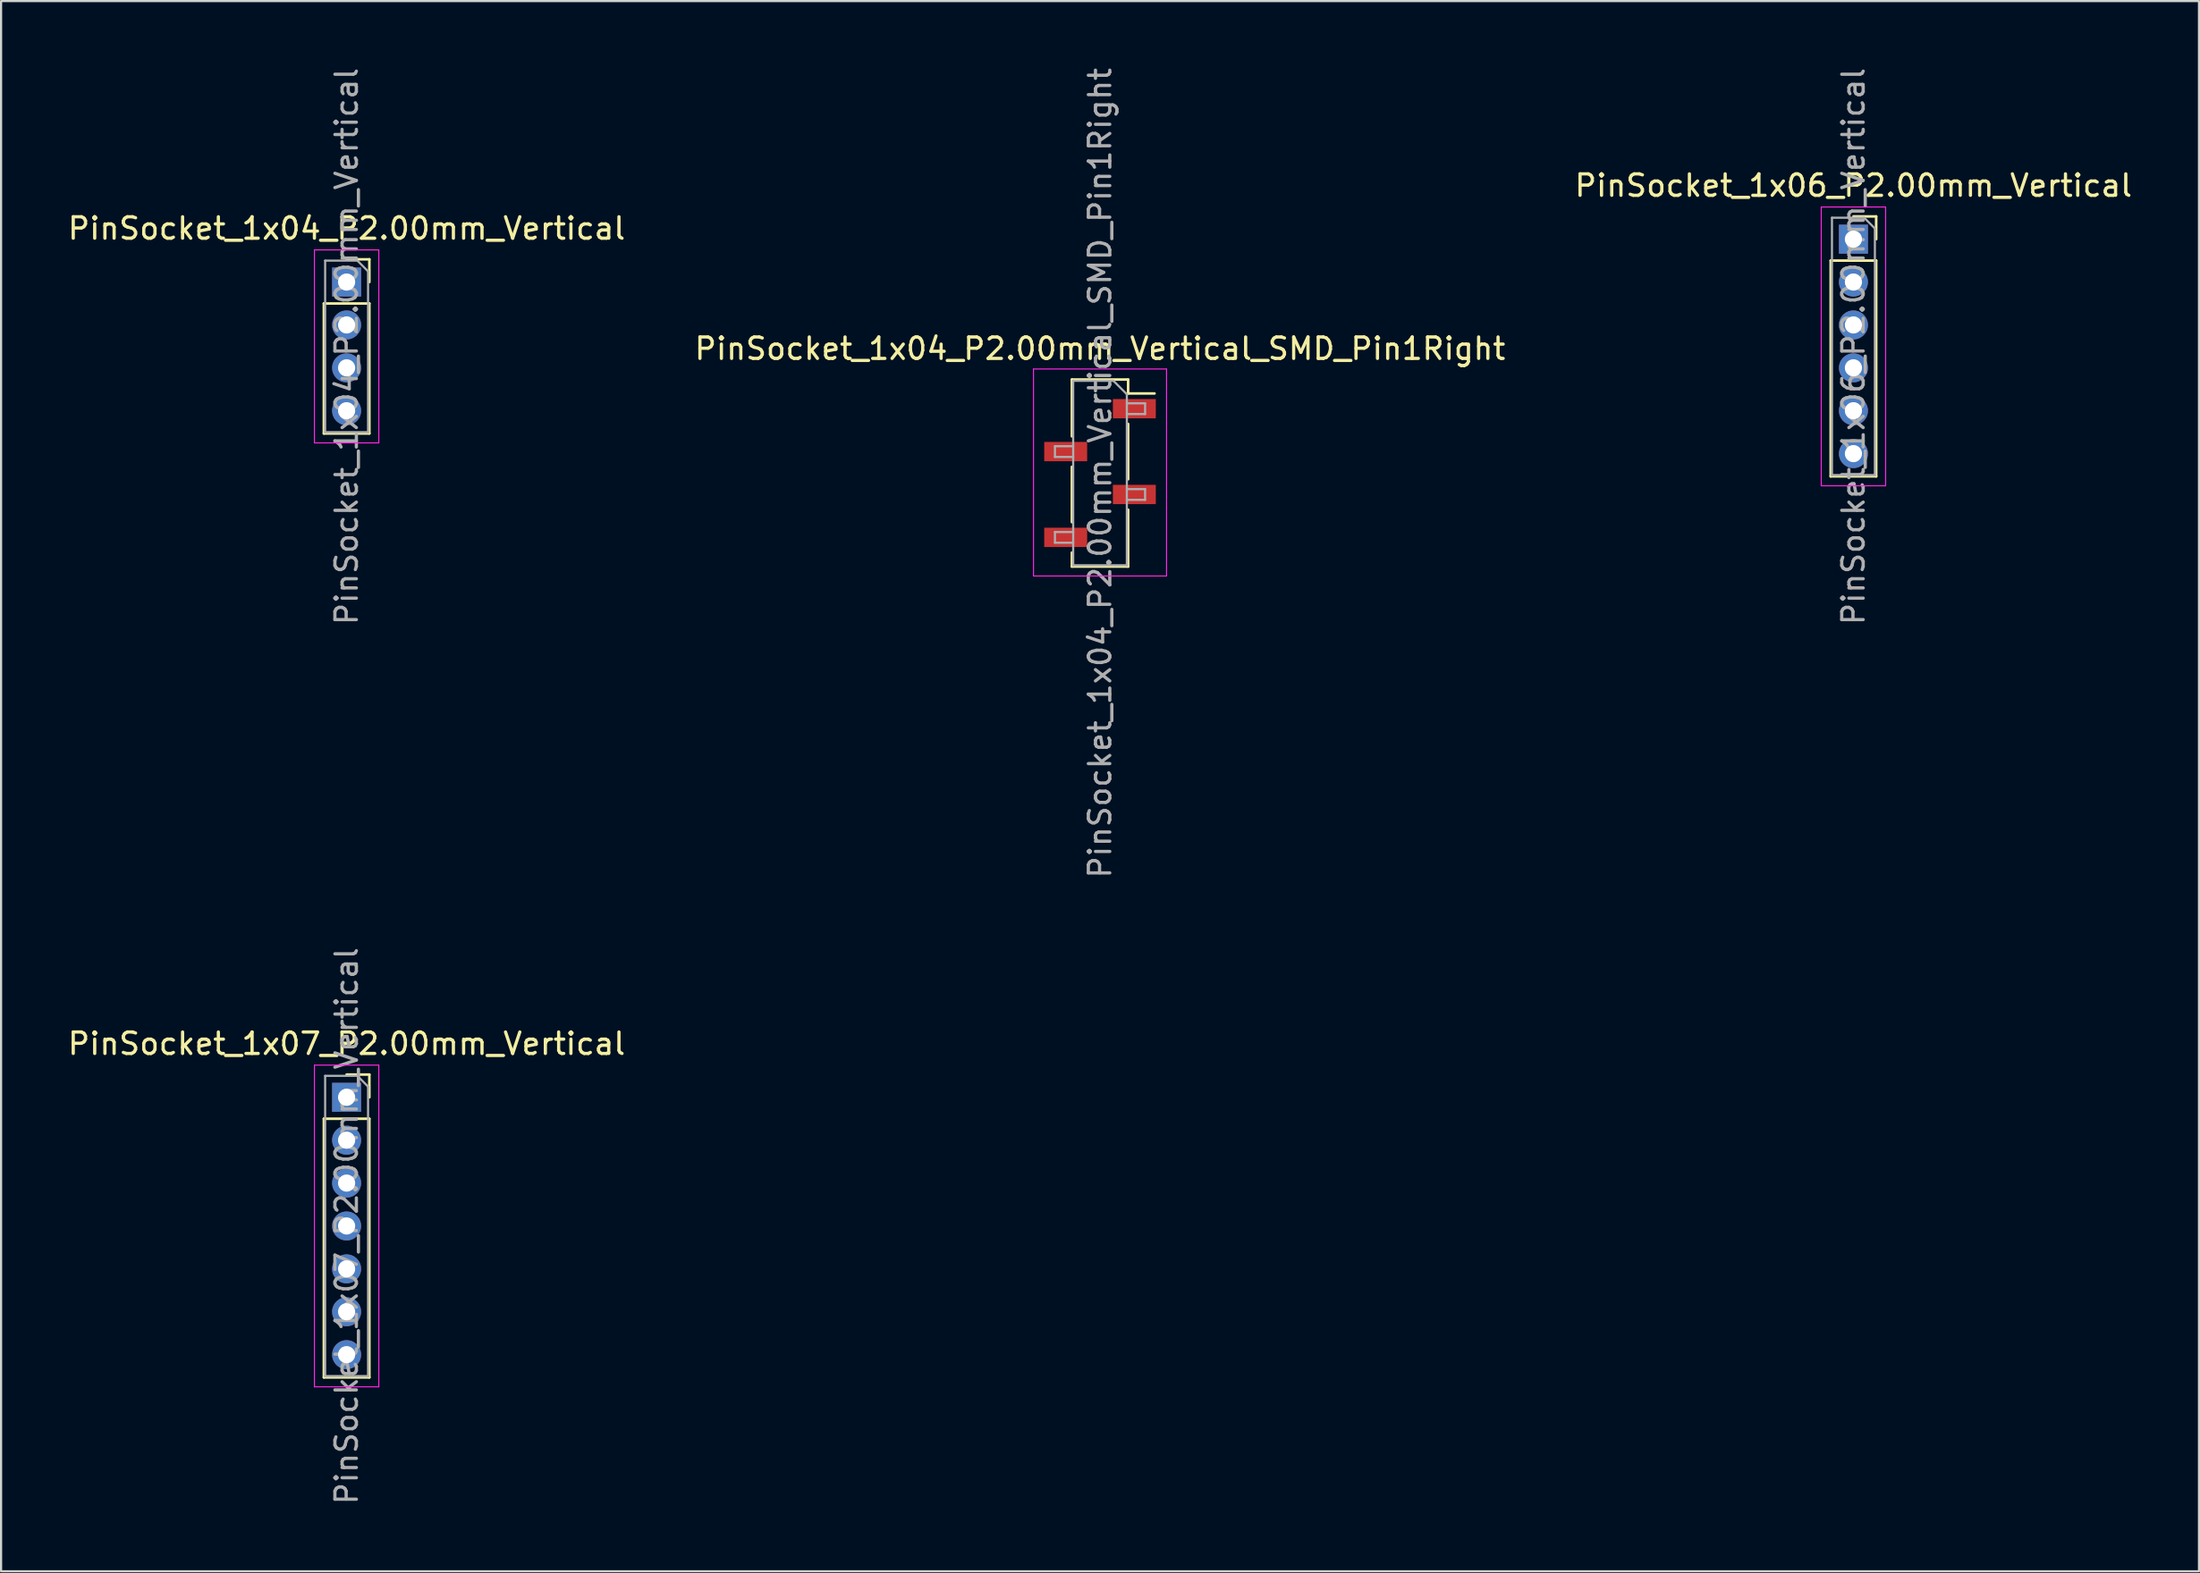
<source format=kicad_pcb>
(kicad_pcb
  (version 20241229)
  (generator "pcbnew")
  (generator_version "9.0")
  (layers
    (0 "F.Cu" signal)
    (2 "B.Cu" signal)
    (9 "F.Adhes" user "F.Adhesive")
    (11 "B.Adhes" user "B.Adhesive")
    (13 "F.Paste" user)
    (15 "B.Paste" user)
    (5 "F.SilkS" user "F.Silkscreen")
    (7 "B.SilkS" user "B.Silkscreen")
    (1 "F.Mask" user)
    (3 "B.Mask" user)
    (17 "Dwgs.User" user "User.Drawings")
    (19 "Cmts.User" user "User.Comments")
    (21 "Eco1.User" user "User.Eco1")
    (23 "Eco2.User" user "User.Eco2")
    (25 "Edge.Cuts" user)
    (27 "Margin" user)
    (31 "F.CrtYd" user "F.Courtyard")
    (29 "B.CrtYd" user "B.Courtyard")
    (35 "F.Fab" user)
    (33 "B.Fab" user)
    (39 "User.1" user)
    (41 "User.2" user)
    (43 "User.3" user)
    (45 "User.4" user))
  (footprint "PinSocket_1x07_P2.00mm_Vertical"
    (layer "F.Cu")
    (at 13.101 48.113)
    (property "Reference" "PinSocket_1x07_P2.00mm_Vertical" (at 0 -2.5 0) (layer "F.SilkS") (effects (font (size 1 1) (thickness 0.15))))
    (attr through_hole)
    (fp_line (start -1.06 1) (end -1.06 13.06) (stroke (width 0.12) (type solid)) (layer "F.SilkS"))
    (fp_line (start -1.06 1) (end 1.06 1) (stroke (width 0.12) (type solid)) (layer "F.SilkS"))
    (fp_line (start -1.06 13.06) (end 1.06 13.06) (stroke (width 0.12) (type solid)) (layer "F.SilkS"))
    (fp_line (start 0 -1.06) (end 1.06 -1.06) (stroke (width 0.12) (type solid)) (layer "F.SilkS"))
    (fp_line (start 1.06 -1.06) (end 1.06 0) (stroke (width 0.12) (type solid)) (layer "F.SilkS"))
    (fp_line (start 1.06 1) (end 1.06 13.06) (stroke (width 0.12) (type solid)) (layer "F.SilkS"))
    (fp_line (start -1.5 -1.5) (end 1.5 -1.5) (stroke (width 0.05) (type solid)) (layer "F.CrtYd"))
    (fp_line (start -1.5 13.5) (end -1.5 -1.5) (stroke (width 0.05) (type solid)) (layer "F.CrtYd"))
    (fp_line (start 1.5 -1.5) (end 1.5 13.5) (stroke (width 0.05) (type solid)) (layer "F.CrtYd"))
    (fp_line (start 1.5 13.5) (end -1.5 13.5) (stroke (width 0.05) (type solid)) (layer "F.CrtYd"))
    (fp_line (start -1 -1) (end 0.5 -1) (stroke (width 0.1) (type solid)) (layer "F.Fab"))
    (fp_line (start -1 13) (end -1 -1) (stroke (width 0.1) (type solid)) (layer "F.Fab"))
    (fp_line (start 0.5 -1) (end 1 -0.5) (stroke (width 0.1) (type solid)) (layer "F.Fab"))
    (fp_line (start 1 -0.5) (end 1 13) (stroke (width 0.1) (type solid)) (layer "F.Fab"))
    (fp_line (start 1 13) (end -1 13) (stroke (width 0.1) (type solid)) (layer "F.Fab"))
    (fp_text user "${REFERENCE}" (at 0 6 90) (layer "F.Fab") (effects (font (size 1 1) (thickness 0.15))))
    (pad "1" thru_hole rect (at 0 0) (size 1.35 1.35) (drill 0.8) (layers "*.Cu" "*.Mask"))
    (pad "2" thru_hole circle (at 0 2) (size 1.35 1.35) (drill 0.8) (layers "*.Cu" "*.Mask"))
    (pad "3" thru_hole circle (at 0 4) (size 1.35 1.35) (drill 0.8) (layers "*.Cu" "*.Mask"))
    (pad "4" thru_hole circle (at 0 6) (size 1.35 1.35) (drill 0.8) (layers "*.Cu" "*.Mask"))
    (pad "5" thru_hole circle (at 0 8) (size 1.35 1.35) (drill 0.8) (layers "*.Cu" "*.Mask"))
    (pad "6" thru_hole circle (at 0 10) (size 1.35 1.35) (drill 0.8) (layers "*.Cu" "*.Mask"))
    (pad "7" thru_hole circle (at 0 12) (size 1.35 1.35) (drill 0.8) (layers "*.Cu" "*.Mask")))
  (footprint "PinSocket_1x04_P2.00mm_Vertical_SMD_Pin1Right"
    (layer "F.Cu")
    (at 48.208 19.006)
    (property "Reference" "PinSocket_1x04_P2.00mm_Vertical_SMD_Pin1Right" (at 0 -5.8 0) (layer "F.SilkS") (effects (font (size 1 1) (thickness 0.15))))
    (attr smd)
    (fp_line (start -1.31 -4.36) (end -1.31 -1.71) (stroke (width 0.12) (type solid)) (layer "F.SilkS"))
    (fp_line (start -1.31 -4.36) (end 1.31 -4.36) (stroke (width 0.12) (type solid)) (layer "F.SilkS"))
    (fp_line (start -1.31 -0.29) (end -1.31 2.29) (stroke (width 0.12) (type solid)) (layer "F.SilkS"))
    (fp_line (start -1.31 3.71) (end -1.31 4.36) (stroke (width 0.12) (type solid)) (layer "F.SilkS"))
    (fp_line (start -1.31 4.36) (end 1.31 4.36) (stroke (width 0.12) (type solid)) (layer "F.SilkS"))
    (fp_line (start 1.31 -4.36) (end 1.31 -3.71) (stroke (width 0.12) (type solid)) (layer "F.SilkS"))
    (fp_line (start 1.31 -3.71) (end 2.54 -3.71) (stroke (width 0.12) (type solid)) (layer "F.SilkS"))
    (fp_line (start 1.31 -2.29) (end 1.31 0.29) (stroke (width 0.12) (type solid)) (layer "F.SilkS"))
    (fp_line (start 1.31 1.71) (end 1.31 4.36) (stroke (width 0.12) (type solid)) (layer "F.SilkS"))
    (fp_line (start -3.1 -4.85) (end 3.1 -4.85) (stroke (width 0.05) (type solid)) (layer "F.CrtYd"))
    (fp_line (start -3.1 4.8) (end -3.1 -4.85) (stroke (width 0.05) (type solid)) (layer "F.CrtYd"))
    (fp_line (start 3.1 -4.85) (end 3.1 4.8) (stroke (width 0.05) (type solid)) (layer "F.CrtYd"))
    (fp_line (start 3.1 4.8) (end -3.1 4.8) (stroke (width 0.05) (type solid)) (layer "F.CrtYd"))
    (fp_line (start -2.1 -1.25) (end -1.25 -1.25) (stroke (width 0.1) (type solid)) (layer "F.Fab"))
    (fp_line (start -2.1 -0.75) (end -2.1 -1.25) (stroke (width 0.1) (type solid)) (layer "F.Fab"))
    (fp_line (start -2.1 2.75) (end -1.25 2.75) (stroke (width 0.1) (type solid)) (layer "F.Fab"))
    (fp_line (start -2.1 3.25) (end -2.1 2.75) (stroke (width 0.1) (type solid)) (layer "F.Fab"))
    (fp_line (start -1.25 -4.3) (end 0.625 -4.3) (stroke (width 0.1) (type solid)) (layer "F.Fab"))
    (fp_line (start -1.25 -0.75) (end -2.1 -0.75) (stroke (width 0.1) (type solid)) (layer "F.Fab"))
    (fp_line (start -1.25 3.25) (end -2.1 3.25) (stroke (width 0.1) (type solid)) (layer "F.Fab"))
    (fp_line (start -1.25 4.3) (end -1.25 -4.3) (stroke (width 0.1) (type solid)) (layer "F.Fab"))
    (fp_line (start 0.625 -4.3) (end 1.25 -3.675) (stroke (width 0.1) (type solid)) (layer "F.Fab"))
    (fp_line (start 1.25 -3.675) (end 1.25 4.3) (stroke (width 0.1) (type solid)) (layer "F.Fab"))
    (fp_line (start 1.25 -3.25) (end 2.1 -3.25) (stroke (width 0.1) (type solid)) (layer "F.Fab"))
    (fp_line (start 1.25 0.75) (end 2.1 0.75) (stroke (width 0.1) (type solid)) (layer "F.Fab"))
    (fp_line (start 1.25 4.3) (end -1.25 4.3) (stroke (width 0.1) (type solid)) (layer "F.Fab"))
    (fp_line (start 2.1 -3.25) (end 2.1 -2.75) (stroke (width 0.1) (type solid)) (layer "F.Fab"))
    (fp_line (start 2.1 -2.75) (end 1.25 -2.75) (stroke (width 0.1) (type solid)) (layer "F.Fab"))
    (fp_line (start 2.1 0.75) (end 2.1 1.25) (stroke (width 0.1) (type solid)) (layer "F.Fab"))
    (fp_line (start 2.1 1.25) (end 1.25 1.25) (stroke (width 0.1) (type solid)) (layer "F.Fab"))
    (fp_text user "${REFERENCE}" (at 0 0 90) (layer "F.Fab") (effects (font (size 1 1) (thickness 0.15))))
    (pad "1" smd rect (at 1.6 -3) (size 2 0.9) (layers "F.Cu" "F.Mask" "F.Paste"))
    (pad "2" smd rect (at -1.6 -1) (size 2 0.9) (layers "F.Cu" "F.Mask" "F.Paste"))
    (pad "3" smd rect (at 1.6 1) (size 2 0.9) (layers "F.Cu" "F.Mask" "F.Paste"))
    (pad "4" smd rect (at -1.6 3) (size 2 0.9) (layers "F.Cu" "F.Mask" "F.Paste")))
  (footprint "PinSocket_1x06_P2.00mm_Vertical"
    (layer "F.Cu")
    (at 83.315 8.101)
    (property "Reference" "PinSocket_1x06_P2.00mm_Vertical" (at 0 -2.5 0) (layer "F.SilkS") (effects (font (size 1 1) (thickness 0.15))))
    (attr through_hole)
    (fp_line (start -1.06 1) (end -1.06 11.06) (stroke (width 0.12) (type solid)) (layer "F.SilkS"))
    (fp_line (start -1.06 1) (end 1.06 1) (stroke (width 0.12) (type solid)) (layer "F.SilkS"))
    (fp_line (start -1.06 11.06) (end 1.06 11.06) (stroke (width 0.12) (type solid)) (layer "F.SilkS"))
    (fp_line (start 0 -1.06) (end 1.06 -1.06) (stroke (width 0.12) (type solid)) (layer "F.SilkS"))
    (fp_line (start 1.06 -1.06) (end 1.06 0) (stroke (width 0.12) (type solid)) (layer "F.SilkS"))
    (fp_line (start 1.06 1) (end 1.06 11.06) (stroke (width 0.12) (type solid)) (layer "F.SilkS"))
    (fp_line (start -1.5 -1.5) (end 1.5 -1.5) (stroke (width 0.05) (type solid)) (layer "F.CrtYd"))
    (fp_line (start -1.5 11.5) (end -1.5 -1.5) (stroke (width 0.05) (type solid)) (layer "F.CrtYd"))
    (fp_line (start 1.5 -1.5) (end 1.5 11.5) (stroke (width 0.05) (type solid)) (layer "F.CrtYd"))
    (fp_line (start 1.5 11.5) (end -1.5 11.5) (stroke (width 0.05) (type solid)) (layer "F.CrtYd"))
    (fp_line (start -1 -1) (end 0.5 -1) (stroke (width 0.1) (type solid)) (layer "F.Fab"))
    (fp_line (start -1 11) (end -1 -1) (stroke (width 0.1) (type solid)) (layer "F.Fab"))
    (fp_line (start 0.5 -1) (end 1 -0.5) (stroke (width 0.1) (type solid)) (layer "F.Fab"))
    (fp_line (start 1 -0.5) (end 1 11) (stroke (width 0.1) (type solid)) (layer "F.Fab"))
    (fp_line (start 1 11) (end -1 11) (stroke (width 0.1) (type solid)) (layer "F.Fab"))
    (fp_text user "${REFERENCE}" (at 0 5 90) (layer "F.Fab") (effects (font (size 1 1) (thickness 0.15))))
    (pad "1" thru_hole rect (at 0 0) (size 1.35 1.35) (drill 0.8) (layers "*.Cu" "*.Mask"))
    (pad "2" thru_hole circle (at 0 2) (size 1.35 1.35) (drill 0.8) (layers "*.Cu" "*.Mask"))
    (pad "3" thru_hole circle (at 0 4) (size 1.35 1.35) (drill 0.8) (layers "*.Cu" "*.Mask"))
    (pad "4" thru_hole circle (at 0 6) (size 1.35 1.35) (drill 0.8) (layers "*.Cu" "*.Mask"))
    (pad "5" thru_hole circle (at 0 8) (size 1.35 1.35) (drill 0.8) (layers "*.Cu" "*.Mask"))
    (pad "6" thru_hole circle (at 0 10) (size 1.35 1.35) (drill 0.8) (layers "*.Cu" "*.Mask")))
  (footprint "PinSocket_1x04_P2.00mm_Vertical"
    (layer "F.Cu")
    (at 13.101 10.101)
    (property "Reference" "PinSocket_1x04_P2.00mm_Vertical" (at 0 -2.5 0) (layer "F.SilkS") (effects (font (size 1 1) (thickness 0.15))))
    (attr through_hole)
    (fp_line (start -1.06 1) (end -1.06 7.06) (stroke (width 0.12) (type solid)) (layer "F.SilkS"))
    (fp_line (start -1.06 1) (end 1.06 1) (stroke (width 0.12) (type solid)) (layer "F.SilkS"))
    (fp_line (start -1.06 7.06) (end 1.06 7.06) (stroke (width 0.12) (type solid)) (layer "F.SilkS"))
    (fp_line (start 0 -1.06) (end 1.06 -1.06) (stroke (width 0.12) (type solid)) (layer "F.SilkS"))
    (fp_line (start 1.06 -1.06) (end 1.06 0) (stroke (width 0.12) (type solid)) (layer "F.SilkS"))
    (fp_line (start 1.06 1) (end 1.06 7.06) (stroke (width 0.12) (type solid)) (layer "F.SilkS"))
    (fp_line (start -1.5 -1.5) (end 1.5 -1.5) (stroke (width 0.05) (type solid)) (layer "F.CrtYd"))
    (fp_line (start -1.5 7.5) (end -1.5 -1.5) (stroke (width 0.05) (type solid)) (layer "F.CrtYd"))
    (fp_line (start 1.5 -1.5) (end 1.5 7.5) (stroke (width 0.05) (type solid)) (layer "F.CrtYd"))
    (fp_line (start 1.5 7.5) (end -1.5 7.5) (stroke (width 0.05) (type solid)) (layer "F.CrtYd"))
    (fp_line (start -1 -1) (end 0.5 -1) (stroke (width 0.1) (type solid)) (layer "F.Fab"))
    (fp_line (start -1 7) (end -1 -1) (stroke (width 0.1) (type solid)) (layer "F.Fab"))
    (fp_line (start 0.5 -1) (end 1 -0.5) (stroke (width 0.1) (type solid)) (layer "F.Fab"))
    (fp_line (start 1 -0.5) (end 1 7) (stroke (width 0.1) (type solid)) (layer "F.Fab"))
    (fp_line (start 1 7) (end -1 7) (stroke (width 0.1) (type solid)) (layer "F.Fab"))
    (fp_text user "${REFERENCE}" (at 0 3 90) (layer "F.Fab") (effects (font (size 1 1) (thickness 0.15))))
    (pad "1" thru_hole rect (at 0 0) (size 1.35 1.35) (drill 0.8) (layers "*.Cu" "*.Mask"))
    (pad "2" thru_hole circle (at 0 2) (size 1.35 1.35) (drill 0.8) (layers "*.Cu" "*.Mask"))
    (pad "3" thru_hole circle (at 0 4) (size 1.35 1.35) (drill 0.8) (layers "*.Cu" "*.Mask"))
    (pad "4" thru_hole circle (at 0 6) (size 1.35 1.35) (drill 0.8) (layers "*.Cu" "*.Mask")))
  (gr_rect
    (start -3 -3)
    (end 99.417 70.214)
    (stroke (width 0.1) (type default))
    (fill no)
    (layer "Edge.Cuts")))
</source>
